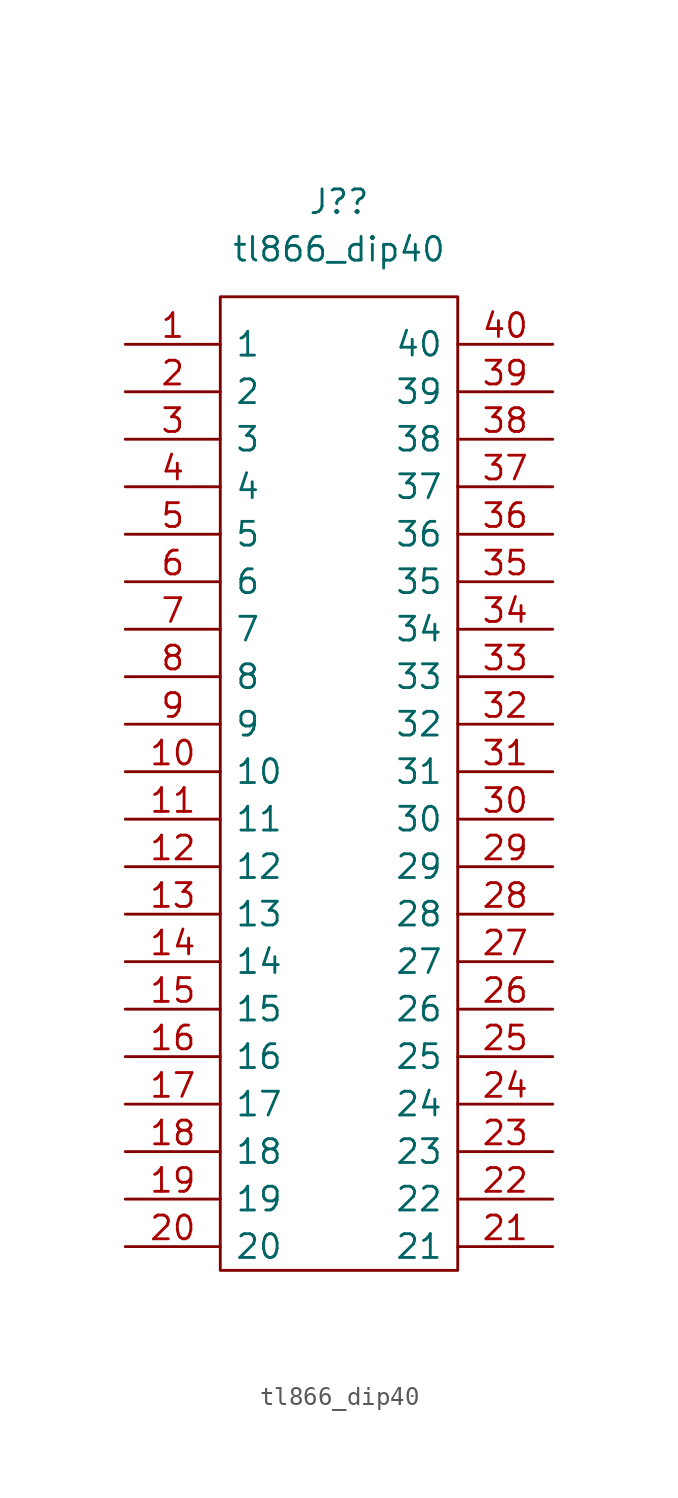
<source format=kicad_sym>
(kicad_symbol_lib
  (version 20211014)
  (generator kicad_symbol_editor)
  (symbol "tl866_dip40"
    (pin_names
      (offset 0.762))
    (property "Reference" "J?"
      (at 11.43 7.62 0)
      (effects (font (size 1.27 1.27))))
    (property "Value" "tl866_dip40"
      (at 11.43 5.08 0)
      (effects (font (size 1.27 1.27))))
    (symbol "tl866_dip40_0_0"
      (pin bidirectional line (at 0 0 0) (length 5.08) (name "1" (effects (font (size 1.27 1.27)))) (number "1" (effects (font (size 1.27 1.27)))))
      (pin bidirectional line (at 0 -22.86 0) (length 5.08) (name "10" (effects (font (size 1.27 1.27)))) (number "10" (effects (font (size 1.27 1.27)))))
      (pin bidirectional line (at 0 -25.4 0) (length 5.08) (name "11" (effects (font (size 1.27 1.27)))) (number "11" (effects (font (size 1.27 1.27)))))
      (pin bidirectional line (at 0 -27.94 0) (length 5.08) (name "12" (effects (font (size 1.27 1.27)))) (number "12" (effects (font (size 1.27 1.27)))))
      (pin bidirectional line (at 0 -30.48 0) (length 5.08) (name "13" (effects (font (size 1.27 1.27)))) (number "13" (effects (font (size 1.27 1.27)))))
      (pin bidirectional line (at 0 -33.02 0) (length 5.08) (name "14" (effects (font (size 1.27 1.27)))) (number "14" (effects (font (size 1.27 1.27)))))
      (pin bidirectional line (at 0 -35.56 0) (length 5.08) (name "15" (effects (font (size 1.27 1.27)))) (number "15" (effects (font (size 1.27 1.27)))))
      (pin bidirectional line (at 0 -38.1 0) (length 5.08) (name "16" (effects (font (size 1.27 1.27)))) (number "16" (effects (font (size 1.27 1.27)))))
      (pin bidirectional line (at 0 -40.64 0) (length 5.08) (name "17" (effects (font (size 1.27 1.27)))) (number "17" (effects (font (size 1.27 1.27)))))
      (pin bidirectional line (at 0 -43.18 0) (length 5.08) (name "18" (effects (font (size 1.27 1.27)))) (number "18" (effects (font (size 1.27 1.27)))))
      (pin bidirectional line (at 0 -45.72 0) (length 5.08) (name "19" (effects (font (size 1.27 1.27)))) (number "19" (effects (font (size 1.27 1.27)))))
      (pin bidirectional line (at 0 -2.54 0) (length 5.08) (name "2" (effects (font (size 1.27 1.27)))) (number "2" (effects (font (size 1.27 1.27)))))
      (pin bidirectional line (at 0 -48.26 0) (length 5.08) (name "20" (effects (font (size 1.27 1.27)))) (number "20" (effects (font (size 1.27 1.27)))))
      (pin bidirectional line (at 22.86 -48.26 180) (length 5.08) (name "21" (effects (font (size 1.27 1.27)))) (number "21" (effects (font (size 1.27 1.27)))))
      (pin bidirectional line (at 22.86 -45.72 180) (length 5.08) (name "22" (effects (font (size 1.27 1.27)))) (number "22" (effects (font (size 1.27 1.27)))))
      (pin bidirectional line (at 22.86 -43.18 180) (length 5.08) (name "23" (effects (font (size 1.27 1.27)))) (number "23" (effects (font (size 1.27 1.27)))))
      (pin bidirectional line (at 22.86 -40.64 180) (length 5.08) (name "24" (effects (font (size 1.27 1.27)))) (number "24" (effects (font (size 1.27 1.27)))))
      (pin bidirectional line (at 22.86 -38.1 180) (length 5.08) (name "25" (effects (font (size 1.27 1.27)))) (number "25" (effects (font (size 1.27 1.27)))))
      (pin bidirectional line (at 22.86 -35.56 180) (length 5.08) (name "26" (effects (font (size 1.27 1.27)))) (number "26" (effects (font (size 1.27 1.27)))))
      (pin bidirectional line (at 22.86 -33.02 180) (length 5.08) (name "27" (effects (font (size 1.27 1.27)))) (number "27" (effects (font (size 1.27 1.27)))))
      (pin bidirectional line (at 22.86 -30.48 180) (length 5.08) (name "28" (effects (font (size 1.27 1.27)))) (number "28" (effects (font (size 1.27 1.27)))))
      (pin bidirectional line (at 22.86 -27.94 180) (length 5.08) (name "29" (effects (font (size 1.27 1.27)))) (number "29" (effects (font (size 1.27 1.27)))))
      (pin bidirectional line (at 0 -5.08 0) (length 5.08) (name "3" (effects (font (size 1.27 1.27)))) (number "3" (effects (font (size 1.27 1.27)))))
      (pin bidirectional line (at 22.86 -25.4 180) (length 5.08) (name "30" (effects (font (size 1.27 1.27)))) (number "30" (effects (font (size 1.27 1.27)))))
      (pin bidirectional line (at 22.86 -22.86 180) (length 5.08) (name "31" (effects (font (size 1.27 1.27)))) (number "31" (effects (font (size 1.27 1.27)))))
      (pin bidirectional line (at 22.86 -20.32 180) (length 5.08) (name "32" (effects (font (size 1.27 1.27)))) (number "32" (effects (font (size 1.27 1.27)))))
      (pin bidirectional line (at 22.86 -17.78 180) (length 5.08) (name "33" (effects (font (size 1.27 1.27)))) (number "33" (effects (font (size 1.27 1.27)))))
      (pin bidirectional line (at 22.86 -15.24 180) (length 5.08) (name "34" (effects (font (size 1.27 1.27)))) (number "34" (effects (font (size 1.27 1.27)))))
      (pin bidirectional line (at 22.86 -12.7 180) (length 5.08) (name "35" (effects (font (size 1.27 1.27)))) (number "35" (effects (font (size 1.27 1.27)))))
      (pin bidirectional line (at 22.86 -10.16 180) (length 5.08) (name "36" (effects (font (size 1.27 1.27)))) (number "36" (effects (font (size 1.27 1.27)))))
      (pin bidirectional line (at 22.86 -7.62 180) (length 5.08) (name "37" (effects (font (size 1.27 1.27)))) (number "37" (effects (font (size 1.27 1.27)))))
      (pin bidirectional line (at 22.86 -5.08 180) (length 5.08) (name "38" (effects (font (size 1.27 1.27)))) (number "38" (effects (font (size 1.27 1.27)))))
      (pin bidirectional line (at 22.86 -2.54 180) (length 5.08) (name "39" (effects (font (size 1.27 1.27)))) (number "39" (effects (font (size 1.27 1.27)))))
      (pin bidirectional line (at 0 -7.62 0) (length 5.08) (name "4" (effects (font (size 1.27 1.27)))) (number "4" (effects (font (size 1.27 1.27)))))
      (pin bidirectional line (at 22.86 0 180) (length 5.08) (name "40" (effects (font (size 1.27 1.27)))) (number "40" (effects (font (size 1.27 1.27)))))
      (pin bidirectional line (at 0 -10.16 0) (length 5.08) (name "5" (effects (font (size 1.27 1.27)))) (number "5" (effects (font (size 1.27 1.27)))))
      (pin bidirectional line (at 0 -12.7 0) (length 5.08) (name "6" (effects (font (size 1.27 1.27)))) (number "6" (effects (font (size 1.27 1.27)))))
      (pin bidirectional line (at 0 -15.24 0) (length 5.08) (name "7" (effects (font (size 1.27 1.27)))) (number "7" (effects (font (size 1.27 1.27)))))
      (pin bidirectional line (at 0 -17.78 0) (length 5.08) (name "8" (effects (font (size 1.27 1.27)))) (number "8" (effects (font (size 1.27 1.27)))))
      (pin bidirectional line (at 0 -20.32 0) (length 5.08) (name "9" (effects (font (size 1.27 1.27)))) (number "9" (effects (font (size 1.27 1.27))))))
    (symbol "tl866_dip40_0_1"
      (rectangle (start 5.08 2.54) (end 17.78 -49.53) (stroke (width 0) (type default) (color 0 0 0 0)) (fill (type none))))))
</source>
